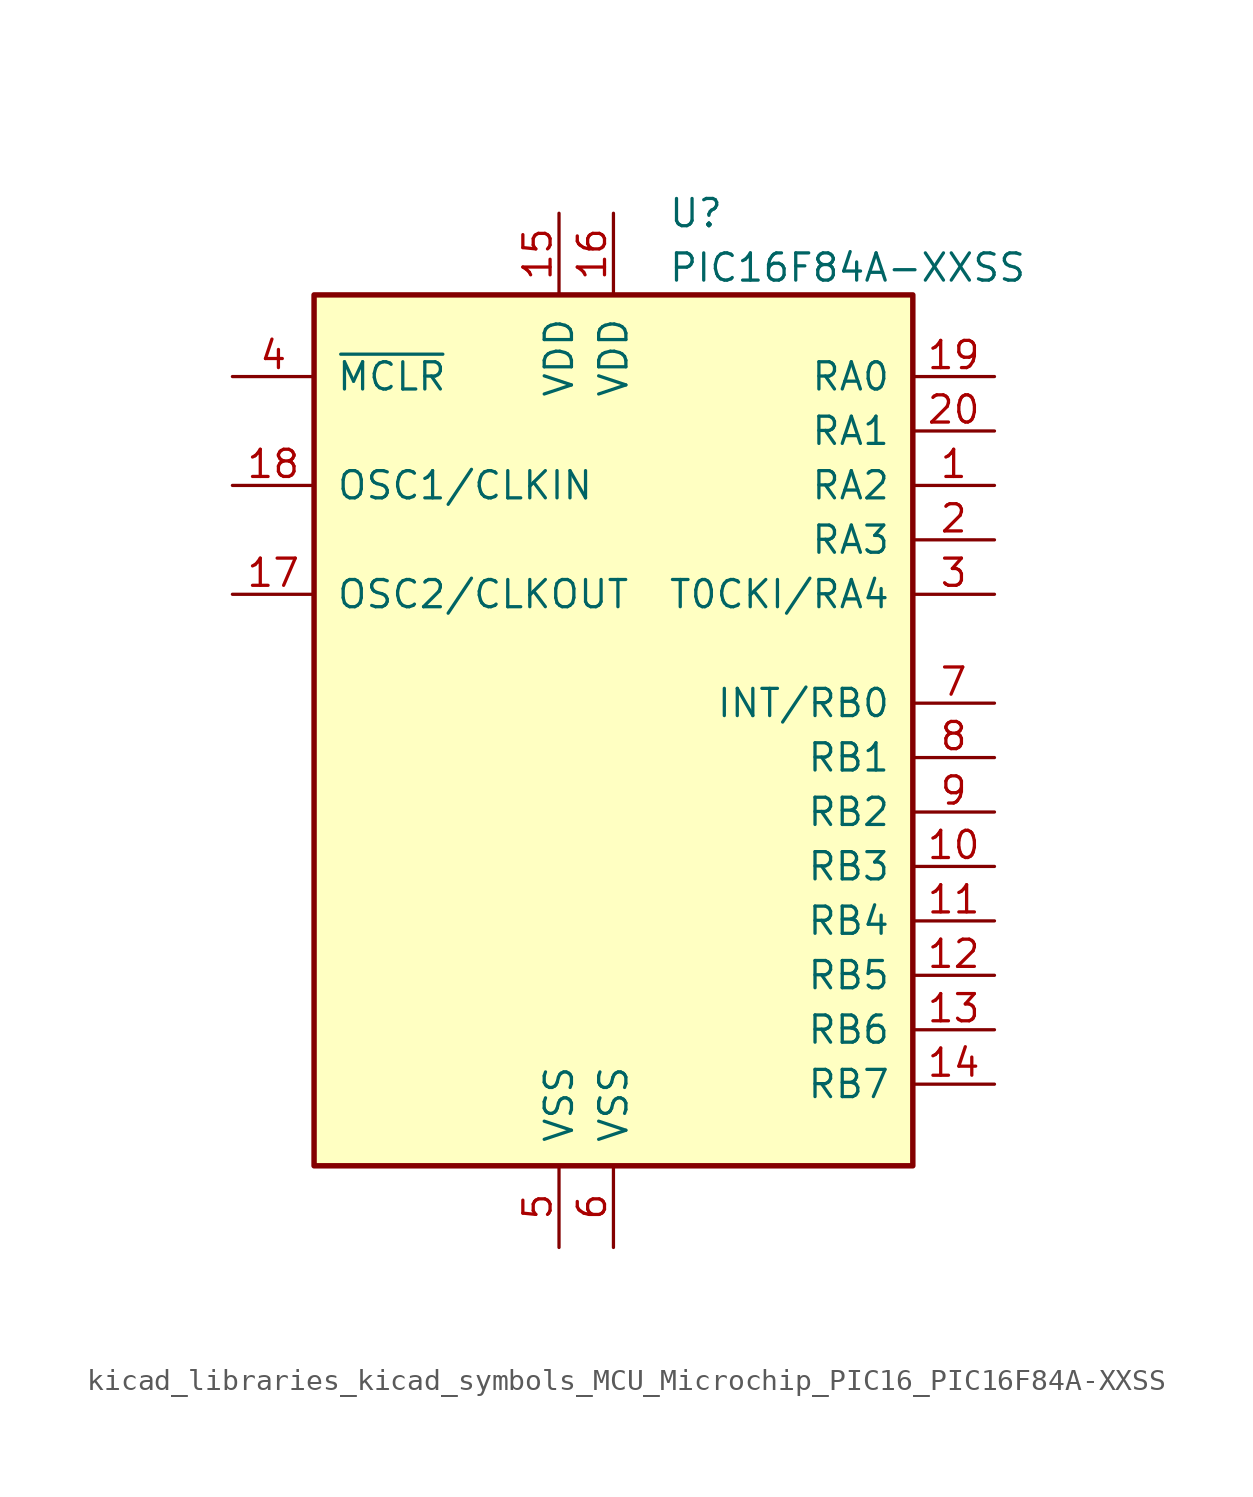
<source format=kicad_sym>
(kicad_symbol_lib
  (version 20220914)
  (generator kicad_symbol_editor)
  (symbol "kicad_libraries_kicad_symbols_MCU_Microchip_PIC16_PIC16F84A-XXSS"
    (pin_names
      (offset 1.016))
    (property "Reference" "U"
      (at 2.54 22.86 0)
      (effects (font (size 1.27 1.27)) (justify left)))
    (property "Value" "PIC16F84A-XXSS"
      (at 2.54 20.32 0)
      (effects (font (size 1.27 1.27)) (justify left)))
    (symbol "kicad_libraries_kicad_symbols_MCU_Microchip_PIC16_PIC16F84A-XXSS_0_1"
      (rectangle (start -13.97 19.05) (end 13.97 -21.59) (stroke (width 0.254) (type default)) (fill (type background))))
    (symbol "kicad_libraries_kicad_symbols_MCU_Microchip_PIC16_PIC16F84A-XXSS_1_1"
      (pin bidirectional line (at 17.78 10.16 180) (length 3.81) (name "RA2" (effects (font (size 1.27 1.27)))) (number "1" (effects (font (size 1.27 1.27)))))
      (pin bidirectional line (at 17.78 -7.62 180) (length 3.81) (name "RB3" (effects (font (size 1.27 1.27)))) (number "10" (effects (font (size 1.27 1.27)))))
      (pin bidirectional line (at 17.78 -10.16 180) (length 3.81) (name "RB4" (effects (font (size 1.27 1.27)))) (number "11" (effects (font (size 1.27 1.27)))))
      (pin bidirectional line (at 17.78 -12.7 180) (length 3.81) (name "RB5" (effects (font (size 1.27 1.27)))) (number "12" (effects (font (size 1.27 1.27)))))
      (pin bidirectional line (at 17.78 -15.24 180) (length 3.81) (name "RB6" (effects (font (size 1.27 1.27)))) (number "13" (effects (font (size 1.27 1.27)))))
      (pin bidirectional line (at 17.78 -17.78 180) (length 3.81) (name "RB7" (effects (font (size 1.27 1.27)))) (number "14" (effects (font (size 1.27 1.27)))))
      (pin power_in line (at -2.54 22.86 270) (length 3.81) (name "VDD" (effects (font (size 1.27 1.27)))) (number "15" (effects (font (size 1.27 1.27)))))
      (pin power_in line (at 0 22.86 270) (length 3.81) (name "VDD" (effects (font (size 1.27 1.27)))) (number "16" (effects (font (size 1.27 1.27)))))
      (pin output line (at -17.78 5.08 0) (length 3.81) (name "OSC2/CLKOUT" (effects (font (size 1.27 1.27)))) (number "17" (effects (font (size 1.27 1.27)))))
      (pin input line (at -17.78 10.16 0) (length 3.81) (name "OSC1/CLKIN" (effects (font (size 1.27 1.27)))) (number "18" (effects (font (size 1.27 1.27)))))
      (pin bidirectional line (at 17.78 15.24 180) (length 3.81) (name "RA0" (effects (font (size 1.27 1.27)))) (number "19" (effects (font (size 1.27 1.27)))))
      (pin bidirectional line (at 17.78 7.62 180) (length 3.81) (name "RA3" (effects (font (size 1.27 1.27)))) (number "2" (effects (font (size 1.27 1.27)))))
      (pin bidirectional line (at 17.78 12.7 180) (length 3.81) (name "RA1" (effects (font (size 1.27 1.27)))) (number "20" (effects (font (size 1.27 1.27)))))
      (pin bidirectional line (at 17.78 5.08 180) (length 3.81) (name "T0CKI/RA4" (effects (font (size 1.27 1.27)))) (number "3" (effects (font (size 1.27 1.27)))))
      (pin input line (at -17.78 15.24 0) (length 3.81) (name "~{MCLR}" (effects (font (size 1.27 1.27)))) (number "4" (effects (font (size 1.27 1.27)))))
      (pin power_in line (at -2.54 -25.4 90) (length 3.81) (name "VSS" (effects (font (size 1.27 1.27)))) (number "5" (effects (font (size 1.27 1.27)))))
      (pin power_in line (at 0 -25.4 90) (length 3.81) (name "VSS" (effects (font (size 1.27 1.27)))) (number "6" (effects (font (size 1.27 1.27)))))
      (pin bidirectional line (at 17.78 0 180) (length 3.81) (name "INT/RB0" (effects (font (size 1.27 1.27)))) (number "7" (effects (font (size 1.27 1.27)))))
      (pin bidirectional line (at 17.78 -2.54 180) (length 3.81) (name "RB1" (effects (font (size 1.27 1.27)))) (number "8" (effects (font (size 1.27 1.27)))))
      (pin bidirectional line (at 17.78 -5.08 180) (length 3.81) (name "RB2" (effects (font (size 1.27 1.27)))) (number "9" (effects (font (size 1.27 1.27))))))))
</source>
